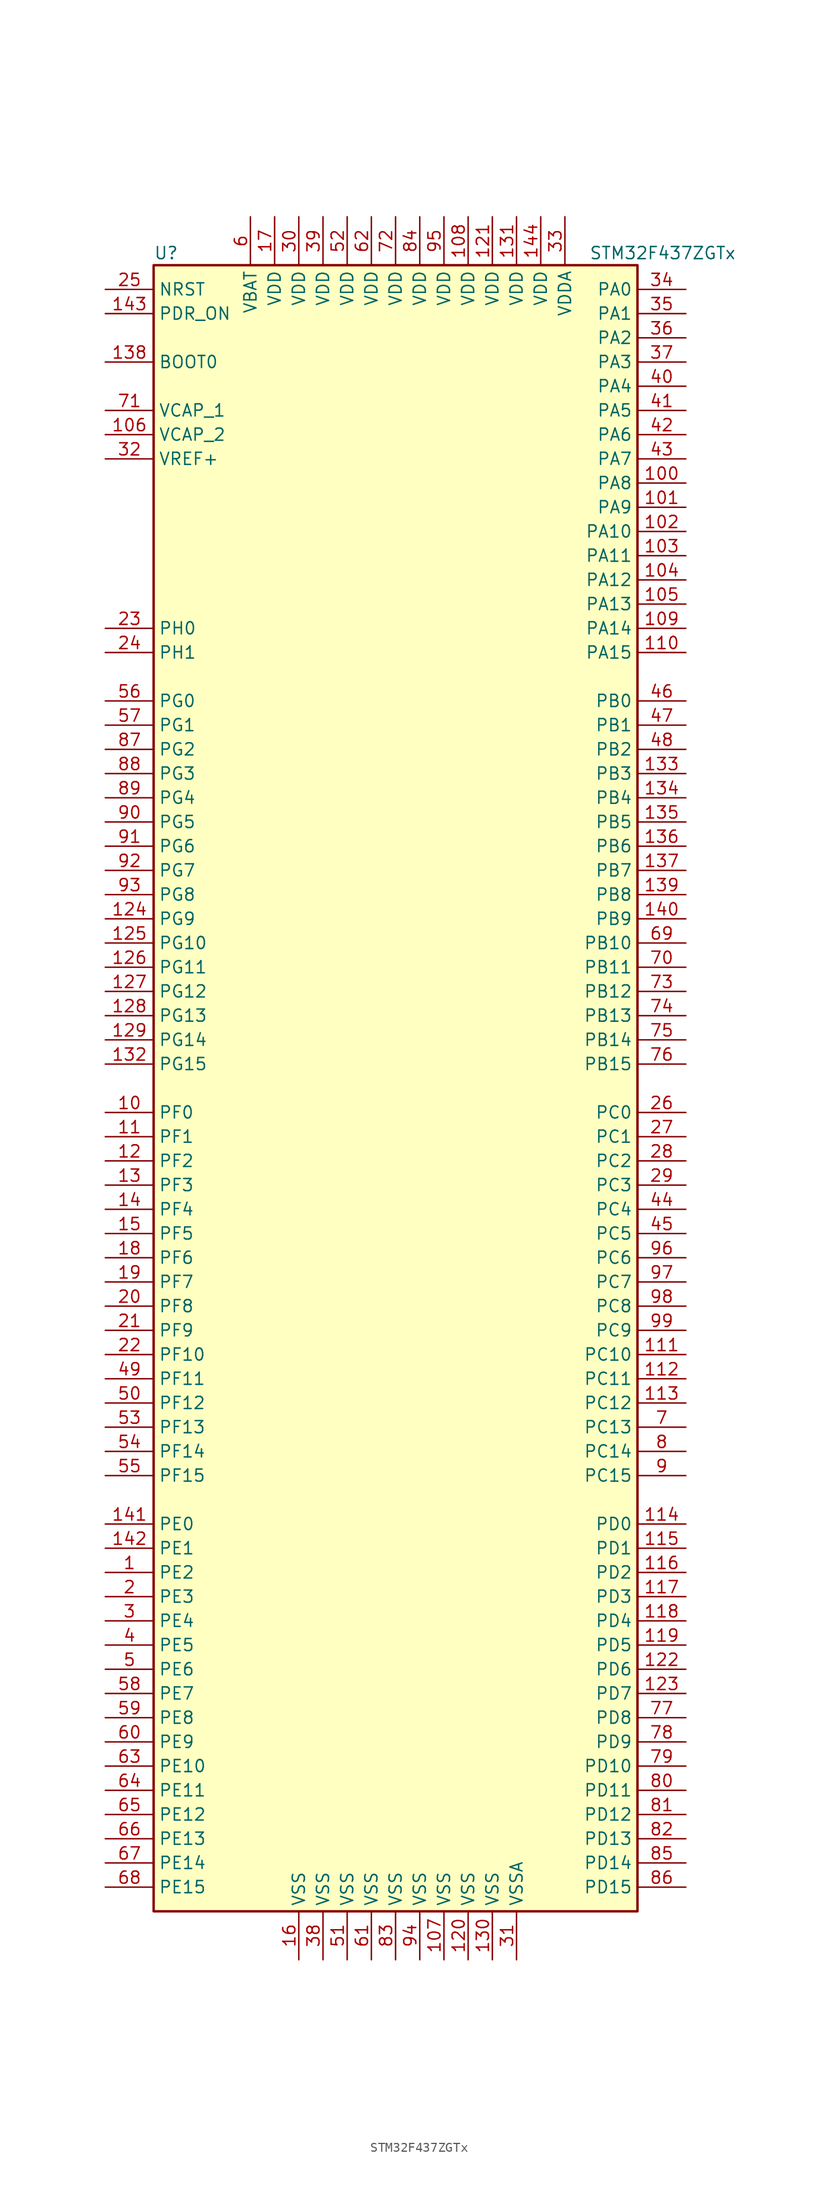
<source format=kicad_sym>
(kicad_symbol_lib
  (version 20201005)
  (generator kicad_symbol_editor)
  (symbol "STM32F437ZGTx"
    (property "Reference" "U"
      (at -25.4 87.63 0)
      (effects (font (size 1.27 1.27)) (justify left)))
    (property "Value" "STM32F437ZGTx"
      (at 20.32 87.63 0)
      (effects (font (size 1.27 1.27)) (justify left)))
    (symbol "STM32F437ZGTx_0_1"
      (rectangle (start -25.4 -86.36) (end 25.4 86.36) (stroke (width 0.254)) (fill (type background))))
    (symbol "STM32F437ZGTx_1_1"
      (pin input line (at -30.48 76.2 0) (length 5.08) (name "BOOT0" (effects (font (size 1.27 1.27)))) (number "138" (effects (font (size 1.27 1.27)))))
      (pin input line (at -30.48 83.82 0) (length 5.08) (name "NRST" (effects (font (size 1.27 1.27)))) (number "25" (effects (font (size 1.27 1.27)))))
      (pin bidirectional line (at 30.48 83.82 180) (length 5.08) (name "PA0" (effects (font (size 1.27 1.27)))) (number "34" (effects (font (size 1.27 1.27)))))
      (pin bidirectional line (at 30.48 81.28 180) (length 5.08) (name "PA1" (effects (font (size 1.27 1.27)))) (number "35" (effects (font (size 1.27 1.27)))))
      (pin bidirectional line (at 30.48 58.42 180) (length 5.08) (name "PA10" (effects (font (size 1.27 1.27)))) (number "102" (effects (font (size 1.27 1.27)))))
      (pin bidirectional line (at 30.48 55.88 180) (length 5.08) (name "PA11" (effects (font (size 1.27 1.27)))) (number "103" (effects (font (size 1.27 1.27)))))
      (pin bidirectional line (at 30.48 53.34 180) (length 5.08) (name "PA12" (effects (font (size 1.27 1.27)))) (number "104" (effects (font (size 1.27 1.27)))))
      (pin bidirectional line (at 30.48 50.8 180) (length 5.08) (name "PA13" (effects (font (size 1.27 1.27)))) (number "105" (effects (font (size 1.27 1.27)))))
      (pin bidirectional line (at 30.48 48.26 180) (length 5.08) (name "PA14" (effects (font (size 1.27 1.27)))) (number "109" (effects (font (size 1.27 1.27)))))
      (pin bidirectional line (at 30.48 45.72 180) (length 5.08) (name "PA15" (effects (font (size 1.27 1.27)))) (number "110" (effects (font (size 1.27 1.27)))))
      (pin bidirectional line (at 30.48 78.74 180) (length 5.08) (name "PA2" (effects (font (size 1.27 1.27)))) (number "36" (effects (font (size 1.27 1.27)))))
      (pin bidirectional line (at 30.48 76.2 180) (length 5.08) (name "PA3" (effects (font (size 1.27 1.27)))) (number "37" (effects (font (size 1.27 1.27)))))
      (pin bidirectional line (at 30.48 73.66 180) (length 5.08) (name "PA4" (effects (font (size 1.27 1.27)))) (number "40" (effects (font (size 1.27 1.27)))))
      (pin bidirectional line (at 30.48 71.12 180) (length 5.08) (name "PA5" (effects (font (size 1.27 1.27)))) (number "41" (effects (font (size 1.27 1.27)))))
      (pin bidirectional line (at 30.48 68.58 180) (length 5.08) (name "PA6" (effects (font (size 1.27 1.27)))) (number "42" (effects (font (size 1.27 1.27)))))
      (pin bidirectional line (at 30.48 66.04 180) (length 5.08) (name "PA7" (effects (font (size 1.27 1.27)))) (number "43" (effects (font (size 1.27 1.27)))))
      (pin bidirectional line (at 30.48 63.5 180) (length 5.08) (name "PA8" (effects (font (size 1.27 1.27)))) (number "100" (effects (font (size 1.27 1.27)))))
      (pin bidirectional line (at 30.48 60.96 180) (length 5.08) (name "PA9" (effects (font (size 1.27 1.27)))) (number "101" (effects (font (size 1.27 1.27)))))
      (pin bidirectional line (at 30.48 40.64 180) (length 5.08) (name "PB0" (effects (font (size 1.27 1.27)))) (number "46" (effects (font (size 1.27 1.27)))))
      (pin bidirectional line (at 30.48 38.1 180) (length 5.08) (name "PB1" (effects (font (size 1.27 1.27)))) (number "47" (effects (font (size 1.27 1.27)))))
      (pin bidirectional line (at 30.48 15.24 180) (length 5.08) (name "PB10" (effects (font (size 1.27 1.27)))) (number "69" (effects (font (size 1.27 1.27)))))
      (pin bidirectional line (at 30.48 12.7 180) (length 5.08) (name "PB11" (effects (font (size 1.27 1.27)))) (number "70" (effects (font (size 1.27 1.27)))))
      (pin bidirectional line (at 30.48 10.16 180) (length 5.08) (name "PB12" (effects (font (size 1.27 1.27)))) (number "73" (effects (font (size 1.27 1.27)))))
      (pin bidirectional line (at 30.48 7.62 180) (length 5.08) (name "PB13" (effects (font (size 1.27 1.27)))) (number "74" (effects (font (size 1.27 1.27)))))
      (pin bidirectional line (at 30.48 5.08 180) (length 5.08) (name "PB14" (effects (font (size 1.27 1.27)))) (number "75" (effects (font (size 1.27 1.27)))))
      (pin bidirectional line (at 30.48 2.54 180) (length 5.08) (name "PB15" (effects (font (size 1.27 1.27)))) (number "76" (effects (font (size 1.27 1.27)))))
      (pin bidirectional line (at 30.48 35.56 180) (length 5.08) (name "PB2" (effects (font (size 1.27 1.27)))) (number "48" (effects (font (size 1.27 1.27)))))
      (pin bidirectional line (at 30.48 33.02 180) (length 5.08) (name "PB3" (effects (font (size 1.27 1.27)))) (number "133" (effects (font (size 1.27 1.27)))))
      (pin bidirectional line (at 30.48 30.48 180) (length 5.08) (name "PB4" (effects (font (size 1.27 1.27)))) (number "134" (effects (font (size 1.27 1.27)))))
      (pin bidirectional line (at 30.48 27.94 180) (length 5.08) (name "PB5" (effects (font (size 1.27 1.27)))) (number "135" (effects (font (size 1.27 1.27)))))
      (pin bidirectional line (at 30.48 25.4 180) (length 5.08) (name "PB6" (effects (font (size 1.27 1.27)))) (number "136" (effects (font (size 1.27 1.27)))))
      (pin bidirectional line (at 30.48 22.86 180) (length 5.08) (name "PB7" (effects (font (size 1.27 1.27)))) (number "137" (effects (font (size 1.27 1.27)))))
      (pin bidirectional line (at 30.48 20.32 180) (length 5.08) (name "PB8" (effects (font (size 1.27 1.27)))) (number "139" (effects (font (size 1.27 1.27)))))
      (pin bidirectional line (at 30.48 17.78 180) (length 5.08) (name "PB9" (effects (font (size 1.27 1.27)))) (number "140" (effects (font (size 1.27 1.27)))))
      (pin bidirectional line (at 30.48 -2.54 180) (length 5.08) (name "PC0" (effects (font (size 1.27 1.27)))) (number "26" (effects (font (size 1.27 1.27)))))
      (pin bidirectional line (at 30.48 -5.08 180) (length 5.08) (name "PC1" (effects (font (size 1.27 1.27)))) (number "27" (effects (font (size 1.27 1.27)))))
      (pin bidirectional line (at 30.48 -27.94 180) (length 5.08) (name "PC10" (effects (font (size 1.27 1.27)))) (number "111" (effects (font (size 1.27 1.27)))))
      (pin bidirectional line (at 30.48 -30.48 180) (length 5.08) (name "PC11" (effects (font (size 1.27 1.27)))) (number "112" (effects (font (size 1.27 1.27)))))
      (pin bidirectional line (at 30.48 -33.02 180) (length 5.08) (name "PC12" (effects (font (size 1.27 1.27)))) (number "113" (effects (font (size 1.27 1.27)))))
      (pin bidirectional line (at 30.48 -35.56 180) (length 5.08) (name "PC13" (effects (font (size 1.27 1.27)))) (number "7" (effects (font (size 1.27 1.27)))))
      (pin bidirectional line (at 30.48 -38.1 180) (length 5.08) (name "PC14" (effects (font (size 1.27 1.27)))) (number "8" (effects (font (size 1.27 1.27)))))
      (pin bidirectional line (at 30.48 -40.64 180) (length 5.08) (name "PC15" (effects (font (size 1.27 1.27)))) (number "9" (effects (font (size 1.27 1.27)))))
      (pin bidirectional line (at 30.48 -7.62 180) (length 5.08) (name "PC2" (effects (font (size 1.27 1.27)))) (number "28" (effects (font (size 1.27 1.27)))))
      (pin bidirectional line (at 30.48 -10.16 180) (length 5.08) (name "PC3" (effects (font (size 1.27 1.27)))) (number "29" (effects (font (size 1.27 1.27)))))
      (pin bidirectional line (at 30.48 -12.7 180) (length 5.08) (name "PC4" (effects (font (size 1.27 1.27)))) (number "44" (effects (font (size 1.27 1.27)))))
      (pin bidirectional line (at 30.48 -15.24 180) (length 5.08) (name "PC5" (effects (font (size 1.27 1.27)))) (number "45" (effects (font (size 1.27 1.27)))))
      (pin bidirectional line (at 30.48 -17.78 180) (length 5.08) (name "PC6" (effects (font (size 1.27 1.27)))) (number "96" (effects (font (size 1.27 1.27)))))
      (pin bidirectional line (at 30.48 -20.32 180) (length 5.08) (name "PC7" (effects (font (size 1.27 1.27)))) (number "97" (effects (font (size 1.27 1.27)))))
      (pin bidirectional line (at 30.48 -22.86 180) (length 5.08) (name "PC8" (effects (font (size 1.27 1.27)))) (number "98" (effects (font (size 1.27 1.27)))))
      (pin bidirectional line (at 30.48 -25.4 180) (length 5.08) (name "PC9" (effects (font (size 1.27 1.27)))) (number "99" (effects (font (size 1.27 1.27)))))
      (pin bidirectional line (at 30.48 -45.72 180) (length 5.08) (name "PD0" (effects (font (size 1.27 1.27)))) (number "114" (effects (font (size 1.27 1.27)))))
      (pin bidirectional line (at 30.48 -48.26 180) (length 5.08) (name "PD1" (effects (font (size 1.27 1.27)))) (number "115" (effects (font (size 1.27 1.27)))))
      (pin bidirectional line (at 30.48 -71.12 180) (length 5.08) (name "PD10" (effects (font (size 1.27 1.27)))) (number "79" (effects (font (size 1.27 1.27)))))
      (pin bidirectional line (at 30.48 -73.66 180) (length 5.08) (name "PD11" (effects (font (size 1.27 1.27)))) (number "80" (effects (font (size 1.27 1.27)))))
      (pin bidirectional line (at 30.48 -76.2 180) (length 5.08) (name "PD12" (effects (font (size 1.27 1.27)))) (number "81" (effects (font (size 1.27 1.27)))))
      (pin bidirectional line (at 30.48 -78.74 180) (length 5.08) (name "PD13" (effects (font (size 1.27 1.27)))) (number "82" (effects (font (size 1.27 1.27)))))
      (pin bidirectional line (at 30.48 -81.28 180) (length 5.08) (name "PD14" (effects (font (size 1.27 1.27)))) (number "85" (effects (font (size 1.27 1.27)))))
      (pin bidirectional line (at 30.48 -83.82 180) (length 5.08) (name "PD15" (effects (font (size 1.27 1.27)))) (number "86" (effects (font (size 1.27 1.27)))))
      (pin bidirectional line (at 30.48 -50.8 180) (length 5.08) (name "PD2" (effects (font (size 1.27 1.27)))) (number "116" (effects (font (size 1.27 1.27)))))
      (pin bidirectional line (at 30.48 -53.34 180) (length 5.08) (name "PD3" (effects (font (size 1.27 1.27)))) (number "117" (effects (font (size 1.27 1.27)))))
      (pin bidirectional line (at 30.48 -55.88 180) (length 5.08) (name "PD4" (effects (font (size 1.27 1.27)))) (number "118" (effects (font (size 1.27 1.27)))))
      (pin bidirectional line (at 30.48 -58.42 180) (length 5.08) (name "PD5" (effects (font (size 1.27 1.27)))) (number "119" (effects (font (size 1.27 1.27)))))
      (pin bidirectional line (at 30.48 -60.96 180) (length 5.08) (name "PD6" (effects (font (size 1.27 1.27)))) (number "122" (effects (font (size 1.27 1.27)))))
      (pin bidirectional line (at 30.48 -63.5 180) (length 5.08) (name "PD7" (effects (font (size 1.27 1.27)))) (number "123" (effects (font (size 1.27 1.27)))))
      (pin bidirectional line (at 30.48 -66.04 180) (length 5.08) (name "PD8" (effects (font (size 1.27 1.27)))) (number "77" (effects (font (size 1.27 1.27)))))
      (pin bidirectional line (at 30.48 -68.58 180) (length 5.08) (name "PD9" (effects (font (size 1.27 1.27)))) (number "78" (effects (font (size 1.27 1.27)))))
      (pin input line (at -30.48 81.28 0) (length 5.08) (name "PDR_ON" (effects (font (size 1.27 1.27)))) (number "143" (effects (font (size 1.27 1.27)))))
      (pin bidirectional line (at -30.48 -45.72 0) (length 5.08) (name "PE0" (effects (font (size 1.27 1.27)))) (number "141" (effects (font (size 1.27 1.27)))))
      (pin bidirectional line (at -30.48 -48.26 0) (length 5.08) (name "PE1" (effects (font (size 1.27 1.27)))) (number "142" (effects (font (size 1.27 1.27)))))
      (pin bidirectional line (at -30.48 -71.12 0) (length 5.08) (name "PE10" (effects (font (size 1.27 1.27)))) (number "63" (effects (font (size 1.27 1.27)))))
      (pin bidirectional line (at -30.48 -73.66 0) (length 5.08) (name "PE11" (effects (font (size 1.27 1.27)))) (number "64" (effects (font (size 1.27 1.27)))))
      (pin bidirectional line (at -30.48 -76.2 0) (length 5.08) (name "PE12" (effects (font (size 1.27 1.27)))) (number "65" (effects (font (size 1.27 1.27)))))
      (pin bidirectional line (at -30.48 -78.74 0) (length 5.08) (name "PE13" (effects (font (size 1.27 1.27)))) (number "66" (effects (font (size 1.27 1.27)))))
      (pin bidirectional line (at -30.48 -81.28 0) (length 5.08) (name "PE14" (effects (font (size 1.27 1.27)))) (number "67" (effects (font (size 1.27 1.27)))))
      (pin bidirectional line (at -30.48 -83.82 0) (length 5.08) (name "PE15" (effects (font (size 1.27 1.27)))) (number "68" (effects (font (size 1.27 1.27)))))
      (pin bidirectional line (at -30.48 -50.8 0) (length 5.08) (name "PE2" (effects (font (size 1.27 1.27)))) (number "1" (effects (font (size 1.27 1.27)))))
      (pin bidirectional line (at -30.48 -53.34 0) (length 5.08) (name "PE3" (effects (font (size 1.27 1.27)))) (number "2" (effects (font (size 1.27 1.27)))))
      (pin bidirectional line (at -30.48 -55.88 0) (length 5.08) (name "PE4" (effects (font (size 1.27 1.27)))) (number "3" (effects (font (size 1.27 1.27)))))
      (pin bidirectional line (at -30.48 -58.42 0) (length 5.08) (name "PE5" (effects (font (size 1.27 1.27)))) (number "4" (effects (font (size 1.27 1.27)))))
      (pin bidirectional line (at -30.48 -60.96 0) (length 5.08) (name "PE6" (effects (font (size 1.27 1.27)))) (number "5" (effects (font (size 1.27 1.27)))))
      (pin bidirectional line (at -30.48 -63.5 0) (length 5.08) (name "PE7" (effects (font (size 1.27 1.27)))) (number "58" (effects (font (size 1.27 1.27)))))
      (pin bidirectional line (at -30.48 -66.04 0) (length 5.08) (name "PE8" (effects (font (size 1.27 1.27)))) (number "59" (effects (font (size 1.27 1.27)))))
      (pin bidirectional line (at -30.48 -68.58 0) (length 5.08) (name "PE9" (effects (font (size 1.27 1.27)))) (number "60" (effects (font (size 1.27 1.27)))))
      (pin bidirectional line (at -30.48 -2.54 0) (length 5.08) (name "PF0" (effects (font (size 1.27 1.27)))) (number "10" (effects (font (size 1.27 1.27)))))
      (pin bidirectional line (at -30.48 -5.08 0) (length 5.08) (name "PF1" (effects (font (size 1.27 1.27)))) (number "11" (effects (font (size 1.27 1.27)))))
      (pin bidirectional line (at -30.48 -27.94 0) (length 5.08) (name "PF10" (effects (font (size 1.27 1.27)))) (number "22" (effects (font (size 1.27 1.27)))))
      (pin bidirectional line (at -30.48 -30.48 0) (length 5.08) (name "PF11" (effects (font (size 1.27 1.27)))) (number "49" (effects (font (size 1.27 1.27)))))
      (pin bidirectional line (at -30.48 -33.02 0) (length 5.08) (name "PF12" (effects (font (size 1.27 1.27)))) (number "50" (effects (font (size 1.27 1.27)))))
      (pin bidirectional line (at -30.48 -35.56 0) (length 5.08) (name "PF13" (effects (font (size 1.27 1.27)))) (number "53" (effects (font (size 1.27 1.27)))))
      (pin bidirectional line (at -30.48 -38.1 0) (length 5.08) (name "PF14" (effects (font (size 1.27 1.27)))) (number "54" (effects (font (size 1.27 1.27)))))
      (pin bidirectional line (at -30.48 -40.64 0) (length 5.08) (name "PF15" (effects (font (size 1.27 1.27)))) (number "55" (effects (font (size 1.27 1.27)))))
      (pin bidirectional line (at -30.48 -7.62 0) (length 5.08) (name "PF2" (effects (font (size 1.27 1.27)))) (number "12" (effects (font (size 1.27 1.27)))))
      (pin bidirectional line (at -30.48 -10.16 0) (length 5.08) (name "PF3" (effects (font (size 1.27 1.27)))) (number "13" (effects (font (size 1.27 1.27)))))
      (pin bidirectional line (at -30.48 -12.7 0) (length 5.08) (name "PF4" (effects (font (size 1.27 1.27)))) (number "14" (effects (font (size 1.27 1.27)))))
      (pin bidirectional line (at -30.48 -15.24 0) (length 5.08) (name "PF5" (effects (font (size 1.27 1.27)))) (number "15" (effects (font (size 1.27 1.27)))))
      (pin bidirectional line (at -30.48 -17.78 0) (length 5.08) (name "PF6" (effects (font (size 1.27 1.27)))) (number "18" (effects (font (size 1.27 1.27)))))
      (pin bidirectional line (at -30.48 -20.32 0) (length 5.08) (name "PF7" (effects (font (size 1.27 1.27)))) (number "19" (effects (font (size 1.27 1.27)))))
      (pin bidirectional line (at -30.48 -22.86 0) (length 5.08) (name "PF8" (effects (font (size 1.27 1.27)))) (number "20" (effects (font (size 1.27 1.27)))))
      (pin bidirectional line (at -30.48 -25.4 0) (length 5.08) (name "PF9" (effects (font (size 1.27 1.27)))) (number "21" (effects (font (size 1.27 1.27)))))
      (pin bidirectional line (at -30.48 40.64 0) (length 5.08) (name "PG0" (effects (font (size 1.27 1.27)))) (number "56" (effects (font (size 1.27 1.27)))))
      (pin bidirectional line (at -30.48 38.1 0) (length 5.08) (name "PG1" (effects (font (size 1.27 1.27)))) (number "57" (effects (font (size 1.27 1.27)))))
      (pin bidirectional line (at -30.48 15.24 0) (length 5.08) (name "PG10" (effects (font (size 1.27 1.27)))) (number "125" (effects (font (size 1.27 1.27)))))
      (pin bidirectional line (at -30.48 12.7 0) (length 5.08) (name "PG11" (effects (font (size 1.27 1.27)))) (number "126" (effects (font (size 1.27 1.27)))))
      (pin bidirectional line (at -30.48 10.16 0) (length 5.08) (name "PG12" (effects (font (size 1.27 1.27)))) (number "127" (effects (font (size 1.27 1.27)))))
      (pin bidirectional line (at -30.48 7.62 0) (length 5.08) (name "PG13" (effects (font (size 1.27 1.27)))) (number "128" (effects (font (size 1.27 1.27)))))
      (pin bidirectional line (at -30.48 5.08 0) (length 5.08) (name "PG14" (effects (font (size 1.27 1.27)))) (number "129" (effects (font (size 1.27 1.27)))))
      (pin bidirectional line (at -30.48 2.54 0) (length 5.08) (name "PG15" (effects (font (size 1.27 1.27)))) (number "132" (effects (font (size 1.27 1.27)))))
      (pin bidirectional line (at -30.48 35.56 0) (length 5.08) (name "PG2" (effects (font (size 1.27 1.27)))) (number "87" (effects (font (size 1.27 1.27)))))
      (pin bidirectional line (at -30.48 33.02 0) (length 5.08) (name "PG3" (effects (font (size 1.27 1.27)))) (number "88" (effects (font (size 1.27 1.27)))))
      (pin bidirectional line (at -30.48 30.48 0) (length 5.08) (name "PG4" (effects (font (size 1.27 1.27)))) (number "89" (effects (font (size 1.27 1.27)))))
      (pin bidirectional line (at -30.48 27.94 0) (length 5.08) (name "PG5" (effects (font (size 1.27 1.27)))) (number "90" (effects (font (size 1.27 1.27)))))
      (pin bidirectional line (at -30.48 25.4 0) (length 5.08) (name "PG6" (effects (font (size 1.27 1.27)))) (number "91" (effects (font (size 1.27 1.27)))))
      (pin bidirectional line (at -30.48 22.86 0) (length 5.08) (name "PG7" (effects (font (size 1.27 1.27)))) (number "92" (effects (font (size 1.27 1.27)))))
      (pin bidirectional line (at -30.48 20.32 0) (length 5.08) (name "PG8" (effects (font (size 1.27 1.27)))) (number "93" (effects (font (size 1.27 1.27)))))
      (pin bidirectional line (at -30.48 17.78 0) (length 5.08) (name "PG9" (effects (font (size 1.27 1.27)))) (number "124" (effects (font (size 1.27 1.27)))))
      (pin input line (at -30.48 48.26 0) (length 5.08) (name "PH0" (effects (font (size 1.27 1.27)))) (number "23" (effects (font (size 1.27 1.27)))))
      (pin input line (at -30.48 45.72 0) (length 5.08) (name "PH1" (effects (font (size 1.27 1.27)))) (number "24" (effects (font (size 1.27 1.27)))))
      (pin power_in line (at -15.24 91.44 270) (length 5.08) (name "VBAT" (effects (font (size 1.27 1.27)))) (number "6" (effects (font (size 1.27 1.27)))))
      (pin power_in line (at -30.48 71.12 0) (length 5.08) (name "VCAP_1" (effects (font (size 1.27 1.27)))) (number "71" (effects (font (size 1.27 1.27)))))
      (pin power_in line (at -30.48 68.58 0) (length 5.08) (name "VCAP_2" (effects (font (size 1.27 1.27)))) (number "106" (effects (font (size 1.27 1.27)))))
      (pin power_in line (at 7.62 91.44 270) (length 5.08) (name "VDD" (effects (font (size 1.27 1.27)))) (number "108" (effects (font (size 1.27 1.27)))))
      (pin power_in line (at 10.16 91.44 270) (length 5.08) (name "VDD" (effects (font (size 1.27 1.27)))) (number "121" (effects (font (size 1.27 1.27)))))
      (pin power_in line (at 12.7 91.44 270) (length 5.08) (name "VDD" (effects (font (size 1.27 1.27)))) (number "131" (effects (font (size 1.27 1.27)))))
      (pin power_in line (at 15.24 91.44 270) (length 5.08) (name "VDD" (effects (font (size 1.27 1.27)))) (number "144" (effects (font (size 1.27 1.27)))))
      (pin power_in line (at -12.7 91.44 270) (length 5.08) (name "VDD" (effects (font (size 1.27 1.27)))) (number "17" (effects (font (size 1.27 1.27)))))
      (pin power_in line (at -10.16 91.44 270) (length 5.08) (name "VDD" (effects (font (size 1.27 1.27)))) (number "30" (effects (font (size 1.27 1.27)))))
      (pin power_in line (at -7.62 91.44 270) (length 5.08) (name "VDD" (effects (font (size 1.27 1.27)))) (number "39" (effects (font (size 1.27 1.27)))))
      (pin power_in line (at -5.08 91.44 270) (length 5.08) (name "VDD" (effects (font (size 1.27 1.27)))) (number "52" (effects (font (size 1.27 1.27)))))
      (pin power_in line (at -2.54 91.44 270) (length 5.08) (name "VDD" (effects (font (size 1.27 1.27)))) (number "62" (effects (font (size 1.27 1.27)))))
      (pin power_in line (at 0 91.44 270) (length 5.08) (name "VDD" (effects (font (size 1.27 1.27)))) (number "72" (effects (font (size 1.27 1.27)))))
      (pin power_in line (at 2.54 91.44 270) (length 5.08) (name "VDD" (effects (font (size 1.27 1.27)))) (number "84" (effects (font (size 1.27 1.27)))))
      (pin power_in line (at 5.08 91.44 270) (length 5.08) (name "VDD" (effects (font (size 1.27 1.27)))) (number "95" (effects (font (size 1.27 1.27)))))
      (pin power_in line (at 17.78 91.44 270) (length 5.08) (name "VDDA" (effects (font (size 1.27 1.27)))) (number "33" (effects (font (size 1.27 1.27)))))
      (pin power_in line (at -30.48 66.04 0) (length 5.08) (name "VREF+" (effects (font (size 1.27 1.27)))) (number "32" (effects (font (size 1.27 1.27)))))
      (pin power_in line (at 5.08 -91.44 90) (length 5.08) (name "VSS" (effects (font (size 1.27 1.27)))) (number "107" (effects (font (size 1.27 1.27)))))
      (pin power_in line (at 7.62 -91.44 90) (length 5.08) (name "VSS" (effects (font (size 1.27 1.27)))) (number "120" (effects (font (size 1.27 1.27)))))
      (pin power_in line (at 10.16 -91.44 90) (length 5.08) (name "VSS" (effects (font (size 1.27 1.27)))) (number "130" (effects (font (size 1.27 1.27)))))
      (pin power_in line (at -10.16 -91.44 90) (length 5.08) (name "VSS" (effects (font (size 1.27 1.27)))) (number "16" (effects (font (size 1.27 1.27)))))
      (pin power_in line (at -7.62 -91.44 90) (length 5.08) (name "VSS" (effects (font (size 1.27 1.27)))) (number "38" (effects (font (size 1.27 1.27)))))
      (pin power_in line (at -5.08 -91.44 90) (length 5.08) (name "VSS" (effects (font (size 1.27 1.27)))) (number "51" (effects (font (size 1.27 1.27)))))
      (pin power_in line (at -2.54 -91.44 90) (length 5.08) (name "VSS" (effects (font (size 1.27 1.27)))) (number "61" (effects (font (size 1.27 1.27)))))
      (pin power_in line (at 0 -91.44 90) (length 5.08) (name "VSS" (effects (font (size 1.27 1.27)))) (number "83" (effects (font (size 1.27 1.27)))))
      (pin power_in line (at 2.54 -91.44 90) (length 5.08) (name "VSS" (effects (font (size 1.27 1.27)))) (number "94" (effects (font (size 1.27 1.27)))))
      (pin power_in line (at 12.7 -91.44 90) (length 5.08) (name "VSSA" (effects (font (size 1.27 1.27)))) (number "31" (effects (font (size 1.27 1.27))))))))
</source>
